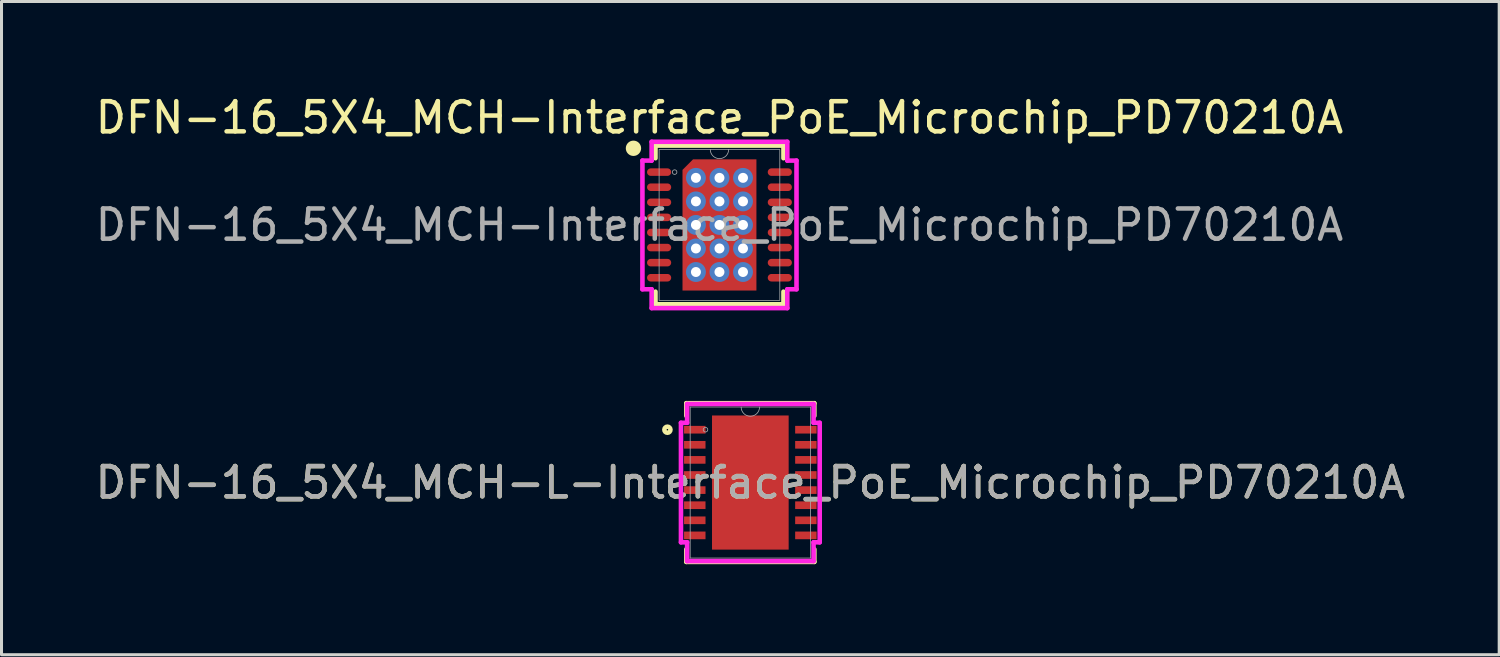
<source format=kicad_pcb>
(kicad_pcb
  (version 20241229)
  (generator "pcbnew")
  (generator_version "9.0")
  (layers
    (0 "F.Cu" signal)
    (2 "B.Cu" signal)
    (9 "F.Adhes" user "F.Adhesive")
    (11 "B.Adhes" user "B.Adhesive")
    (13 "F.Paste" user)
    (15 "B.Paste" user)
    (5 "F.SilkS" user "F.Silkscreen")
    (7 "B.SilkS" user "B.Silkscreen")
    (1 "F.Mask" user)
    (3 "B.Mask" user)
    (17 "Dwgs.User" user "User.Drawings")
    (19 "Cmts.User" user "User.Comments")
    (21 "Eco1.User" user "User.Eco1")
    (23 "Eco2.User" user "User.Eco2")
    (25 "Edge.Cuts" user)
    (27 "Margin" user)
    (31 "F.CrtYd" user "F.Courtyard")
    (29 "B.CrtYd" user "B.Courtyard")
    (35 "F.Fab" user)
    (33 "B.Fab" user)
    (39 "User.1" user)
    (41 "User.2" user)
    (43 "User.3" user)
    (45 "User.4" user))
  (footprint "DFN-16_5X4_MCH-Interface_PoE_Microchip_PD70210A"
    (layer "F.Cu")
    (at 20.792 4.404)
    (property "Reference" "DFN-16_5X4_MCH-Interface_PoE_Microchip_PD70210A" (at 0 -3.556 0) (unlocked yes) (layer "F.SilkS") (effects (font (size 1 1) (thickness 0.15))))
    (attr smd)
    (fp_line (start -2.121 -2.629) (end -2.121 -2.211) (stroke (width 0.152) (type solid)) (layer "F.SilkS"))
    (fp_line (start -2.121 2.211) (end -2.121 2.629) (stroke (width 0.152) (type solid)) (layer "F.SilkS"))
    (fp_line (start -2.121 2.629) (end 2.121 2.629) (stroke (width 0.152) (type solid)) (layer "F.SilkS"))
    (fp_line (start 2.121 -2.629) (end -2.121 -2.629) (stroke (width 0.152) (type solid)) (layer "F.SilkS"))
    (fp_line (start 2.121 -2.211) (end 2.121 -2.629) (stroke (width 0.152) (type solid)) (layer "F.SilkS"))
    (fp_line (start 2.121 2.629) (end 2.121 2.211) (stroke (width 0.152) (type solid)) (layer "F.SilkS"))
    (fp_circle (center -2.85 -2.54) (end -2.596 -2.54) (stroke (width 0) (type solid)) (fill yes) (layer "F.SilkS"))
    (fp_line (start -2.553 -2.132) (end -2.248 -2.132) (stroke (width 0.152) (type solid)) (layer "F.CrtYd"))
    (fp_line (start -2.553 2.132) (end -2.553 -2.132) (stroke (width 0.152) (type solid)) (layer "F.CrtYd"))
    (fp_line (start -2.553 2.132) (end -2.248 2.132) (stroke (width 0.152) (type solid)) (layer "F.CrtYd"))
    (fp_line (start -2.248 -2.756) (end 2.248 -2.756) (stroke (width 0.152) (type solid)) (layer "F.CrtYd"))
    (fp_line (start -2.248 -2.132) (end -2.248 -2.756) (stroke (width 0.152) (type solid)) (layer "F.CrtYd"))
    (fp_line (start -2.248 2.756) (end -2.248 2.132) (stroke (width 0.152) (type solid)) (layer "F.CrtYd"))
    (fp_line (start 2.248 -2.756) (end 2.248 -2.132) (stroke (width 0.152) (type solid)) (layer "F.CrtYd"))
    (fp_line (start 2.248 2.132) (end 2.248 2.756) (stroke (width 0.152) (type solid)) (layer "F.CrtYd"))
    (fp_line (start 2.248 2.756) (end -2.248 2.756) (stroke (width 0.152) (type solid)) (layer "F.CrtYd"))
    (fp_line (start 2.553 -2.132) (end 2.248 -2.132) (stroke (width 0.152) (type solid)) (layer "F.CrtYd"))
    (fp_line (start 2.553 -2.132) (end 2.553 2.132) (stroke (width 0.152) (type solid)) (layer "F.CrtYd"))
    (fp_line (start 2.553 2.132) (end 2.248 2.132) (stroke (width 0.152) (type solid)) (layer "F.CrtYd"))
    (fp_rect (start -2 -2.5) (end 2 2.5) (stroke (width 0.025) (type solid)) (fill no) (layer "F.Fab"))
    (fp_arc (start 0.3048 -2.5019) (mid 0 -2.1971) (end -0.3048 -2.5019) (stroke (width 0.0254) (type solid)) (layer "F.Fab"))
    (fp_circle (center -1.486 -1.751) (end -1.41 -1.751) (stroke (width 0.025) (type solid)) (fill no) (layer "F.Fab"))
    (fp_text user "${REFERENCE}" (at 0 0 0) (unlocked yes) (layer "F.Fab") (effects (font (size 1 1) (thickness 0.15))))
    (pad "" smd oval (at -2 -1.75) (size 0.85 0.3) (layers "F.Mask"))
    (pad "" smd oval (at -2 -1.25) (size 0.85 0.3) (layers "F.Mask"))
    (pad "" smd oval (at -2 -0.75) (size 0.85 0.3) (layers "F.Mask"))
    (pad "" smd oval (at -2 -0.25) (size 0.85 0.3) (layers "F.Mask"))
    (pad "" smd oval (at -2 0.25) (size 0.85 0.3) (layers "F.Mask"))
    (pad "" smd oval (at -2 0.75) (size 0.85 0.3) (layers "F.Mask"))
    (pad "" smd oval (at -2 1.25) (size 0.85 0.3) (layers "F.Mask"))
    (pad "" smd oval (at -2 1.75) (size 0.85 0.3) (layers "F.Mask"))
    (pad "" smd oval (at -1.863 -1.75) (size 0.485 0.255) (layers "F.Paste"))
    (pad "" smd oval (at -1.863 -1.25) (size 0.485 0.255) (layers "F.Paste"))
    (pad "" smd oval (at -1.863 -0.75) (size 0.485 0.255) (layers "F.Paste"))
    (pad "" smd oval (at -1.863 -0.25) (size 0.485 0.255) (layers "F.Paste"))
    (pad "" smd oval (at -1.863 0.25) (size 0.485 0.255) (layers "F.Paste"))
    (pad "" smd oval (at -1.863 0.75) (size 0.485 0.255) (layers "F.Paste"))
    (pad "" smd oval (at -1.863 1.25) (size 0.485 0.255) (layers "F.Paste"))
    (pad "" smd oval (at -1.863 1.75) (size 0.485 0.255) (layers "F.Paste"))
    (pad "" smd roundrect (at -0.682 -1.157) (size 0.907 1.858) (layers "F.Paste") (roundrect_rratio 0.055) (chamfer_ratio 0.419) (chamfer top_left))
    (pad "" smd roundrect (at -0.682 1.157) (size 0.907 1.858) (layers "F.Paste") (roundrect_rratio 0.055))
    (pad "" smd roundrect (at 0 0) (size 2.592 4.492) (layers "F.Mask") (roundrect_rratio 0) (chamfer_ratio 0.151) (chamfer top_left))
    (pad "" smd roundrect (at 0.682 -1.157) (size 0.907 1.858) (layers "F.Paste") (roundrect_rratio 0.055))
    (pad "" smd roundrect (at 0.682 1.157) (size 0.907 1.858) (layers "F.Paste") (roundrect_rratio 0.055))
    (pad "" smd oval (at 1.863 -1.75) (size 0.485 0.255) (layers "F.Paste"))
    (pad "" smd oval (at 1.863 -1.25) (size 0.485 0.255) (layers "F.Paste"))
    (pad "" smd oval (at 1.863 -0.75) (size 0.485 0.255) (layers "F.Paste"))
    (pad "" smd oval (at 1.863 -0.25) (size 0.485 0.255) (layers "F.Paste"))
    (pad "" smd oval (at 1.863 0.25) (size 0.485 0.255) (layers "F.Paste"))
    (pad "" smd oval (at 1.863 0.75) (size 0.485 0.255) (layers "F.Paste"))
    (pad "" smd oval (at 1.863 1.25) (size 0.485 0.255) (layers "F.Paste"))
    (pad "" smd oval (at 1.863 1.75) (size 0.485 0.255) (layers "F.Paste"))
    (pad "" smd oval (at 2 -1.75) (size 0.85 0.3) (layers "F.Mask"))
    (pad "" smd oval (at 2 -1.25) (size 0.85 0.3) (layers "F.Mask"))
    (pad "" smd oval (at 2 -0.75) (size 0.85 0.3) (layers "F.Mask"))
    (pad "" smd oval (at 2 -0.25) (size 0.85 0.3) (layers "F.Mask"))
    (pad "" smd oval (at 2 0.25) (size 0.85 0.3) (layers "F.Mask"))
    (pad "" smd oval (at 2 0.75) (size 0.85 0.3) (layers "F.Mask"))
    (pad "" smd oval (at 2 1.25) (size 0.85 0.3) (layers "F.Mask"))
    (pad "" smd oval (at 2 1.75) (size 0.85 0.3) (layers "F.Mask"))
    (pad "1" smd oval (at -2 -1.75) (size 0.8 0.25) (layers "F.Cu"))
    (pad "2" smd oval (at -2 -1.25) (size 0.8 0.25) (layers "F.Cu"))
    (pad "3" smd oval (at -2 -0.75) (size 0.8 0.25) (layers "F.Cu"))
    (pad "4" smd oval (at -2 -0.25) (size 0.8 0.25) (layers "F.Cu"))
    (pad "5" smd oval (at -2 0.25) (size 0.8 0.25) (layers "F.Cu"))
    (pad "6" smd oval (at -2 0.75) (size 0.8 0.25) (layers "F.Cu"))
    (pad "7" smd oval (at -2 1.25) (size 0.8 0.25) (layers "F.Cu"))
    (pad "8" smd oval (at -2 1.75) (size 0.8 0.25) (layers "F.Cu"))
    (pad "9" smd oval (at 2 1.75) (size 0.8 0.25) (layers "F.Cu"))
    (pad "10" smd oval (at 2 1.25) (size 0.8 0.25) (layers "F.Cu"))
    (pad "11" smd oval (at 2 0.75) (size 0.8 0.25) (layers "F.Cu"))
    (pad "12" smd oval (at 2 0.25) (size 0.8 0.25) (layers "F.Cu"))
    (pad "13" smd oval (at 2 -0.25) (size 0.8 0.25) (layers "F.Cu"))
    (pad "14" smd oval (at 2 -0.75) (size 0.8 0.25) (layers "F.Cu"))
    (pad "15" smd oval (at 2 -1.25) (size 0.8 0.25) (layers "F.Cu"))
    (pad "16" smd oval (at 2 -1.75) (size 0.8 0.25) (layers "F.Cu"))
    (pad "17" thru_hole circle (at -0.78 -1.56) (size 0.66 0.66) (drill 0.33) (layers "*.Cu"))
    (pad "17" thru_hole circle (at -0.78 -0.78) (size 0.66 0.66) (drill 0.33) (layers "*.Cu"))
    (pad "17" thru_hole circle (at -0.78 0) (size 0.66 0.66) (drill 0.33) (layers "*.Cu"))
    (pad "17" thru_hole circle (at -0.78 0.78) (size 0.66 0.66) (drill 0.33) (layers "*.Cu"))
    (pad "17" thru_hole circle (at -0.78 1.56) (size 0.66 0.66) (drill 0.33) (layers "*.Cu"))
    (pad "17" thru_hole circle (at 0 -1.56) (size 0.66 0.66) (drill 0.33) (layers "*.Cu"))
    (pad "17" thru_hole circle (at 0 -0.78) (size 0.66 0.66) (drill 0.33) (layers "*.Cu"))
    (pad "17" thru_hole circle (at 0 0) (size 0.66 0.66) (drill 0.33) (layers "*.Cu"))
    (pad "17" smd roundrect (at 0 0) (size 2.45 4.35) (layers "F.Cu") (roundrect_rratio 0) (chamfer_ratio 0.143) (chamfer top_left))
    (pad "17" thru_hole circle (at 0 0.78) (size 0.66 0.66) (drill 0.33) (layers "*.Cu"))
    (pad "17" thru_hole circle (at 0 1.56) (size 0.66 0.66) (drill 0.33) (layers "*.Cu"))
    (pad "17" thru_hole circle (at 0.78 -1.56) (size 0.66 0.66) (drill 0.33) (layers "*.Cu"))
    (pad "17" thru_hole circle (at 0.78 -0.78) (size 0.66 0.66) (drill 0.33) (layers "*.Cu"))
    (pad "17" thru_hole circle (at 0.78 0) (size 0.66 0.66) (drill 0.33) (layers "*.Cu"))
    (pad "17" thru_hole circle (at 0.78 0.78) (size 0.66 0.66) (drill 0.33) (layers "*.Cu"))
    (pad "17" thru_hole circle (at 0.78 1.56) (size 0.66 0.66) (drill 0.33) (layers "*.Cu")))
  (footprint "DFN-16_5X4_MCH-L-Interface_PoE_Microchip_PD70210A"
    (layer "F.Cu")
    (at 21.815 12.941)
    (property "Reference" "DFN-16_5X4_MCH-L-Interface_PoE_Microchip_PD70210A" (at 0 0 0) (unlocked yes) (layer "F.SilkS") (effects (font (size 1 1) (thickness 0.15))))
    (attr smd)
    (fp_line (start -2.121 -2.629) (end -2.121 -2.211) (stroke (width 0.152) (type solid)) (layer "F.SilkS"))
    (fp_line (start -2.121 2.211) (end -2.121 2.629) (stroke (width 0.152) (type solid)) (layer "F.SilkS"))
    (fp_line (start -2.121 2.629) (end 2.121 2.629) (stroke (width 0.152) (type solid)) (layer "F.SilkS"))
    (fp_line (start 2.121 -2.629) (end -2.121 -2.629) (stroke (width 0.152) (type solid)) (layer "F.SilkS"))
    (fp_line (start 2.121 -2.211) (end 2.121 -2.629) (stroke (width 0.152) (type solid)) (layer "F.SilkS"))
    (fp_line (start 2.121 2.629) (end 2.121 2.211) (stroke (width 0.152) (type solid)) (layer "F.SilkS"))
    (fp_circle (center -2.748 -1.751) (end -2.647 -1.751) (stroke (width 0.152) (type solid)) (fill no) (layer "F.SilkS"))
    (fp_poly (pts (xy -1.17 -2.123) (xy -1.17 -0.841) (xy -0.1 -0.841) (xy -0.1 -2.123)) (stroke (width 0) (type solid)) (fill yes) (layer "F.Paste"))
    (fp_poly (pts (xy -1.17 -0.641) (xy -1.17 0.641) (xy -0.1 0.641) (xy -0.1 -0.641)) (stroke (width 0) (type solid)) (fill yes) (layer "F.Paste"))
    (fp_poly (pts (xy -1.17 0.841) (xy -1.17 2.123) (xy -0.1 2.123) (xy -0.1 0.841)) (stroke (width 0) (type solid)) (fill yes) (layer "F.Paste"))
    (fp_poly (pts (xy 0.1 -2.123) (xy 0.1 -0.841) (xy 1.17 -0.841) (xy 1.17 -2.123)) (stroke (width 0) (type solid)) (fill yes) (layer "F.Paste"))
    (fp_poly (pts (xy 0.1 -0.641) (xy 0.1 0.641) (xy 1.17 0.641) (xy 1.17 -0.641)) (stroke (width 0) (type solid)) (fill yes) (layer "F.Paste"))
    (fp_poly (pts (xy 0.1 0.841) (xy 0.1 2.123) (xy 1.17 2.123) (xy 1.17 0.841)) (stroke (width 0) (type solid)) (fill yes) (layer "F.Paste"))
    (fp_line (start -2.299 -1.98) (end -2.095 -1.98) (stroke (width 0.152) (type solid)) (layer "F.CrtYd"))
    (fp_line (start -2.299 1.98) (end -2.299 -1.98) (stroke (width 0.152) (type solid)) (layer "F.CrtYd"))
    (fp_line (start -2.299 1.98) (end -2.095 1.98) (stroke (width 0.152) (type solid)) (layer "F.CrtYd"))
    (fp_line (start -2.095 -2.603) (end 2.095 -2.603) (stroke (width 0.152) (type solid)) (layer "F.CrtYd"))
    (fp_line (start -2.095 -1.98) (end -2.095 -2.603) (stroke (width 0.152) (type solid)) (layer "F.CrtYd"))
    (fp_line (start -2.095 2.603) (end -2.095 1.98) (stroke (width 0.152) (type solid)) (layer "F.CrtYd"))
    (fp_line (start 2.095 -2.603) (end 2.095 -1.98) (stroke (width 0.152) (type solid)) (layer "F.CrtYd"))
    (fp_line (start 2.095 1.98) (end 2.095 2.603) (stroke (width 0.152) (type solid)) (layer "F.CrtYd"))
    (fp_line (start 2.095 2.603) (end -2.095 2.603) (stroke (width 0.152) (type solid)) (layer "F.CrtYd"))
    (fp_line (start 2.299 -1.98) (end 2.095 -1.98) (stroke (width 0.152) (type solid)) (layer "F.CrtYd"))
    (fp_line (start 2.299 -1.98) (end 2.299 1.98) (stroke (width 0.152) (type solid)) (layer "F.CrtYd"))
    (fp_line (start 2.299 1.98) (end 2.095 1.98) (stroke (width 0.152) (type solid)) (layer "F.CrtYd"))
    (fp_line (start -1.994 -2.502) (end -1.994 2.502) (stroke (width 0.025) (type solid)) (layer "F.Fab"))
    (fp_line (start -1.994 2.502) (end 1.994 2.502) (stroke (width 0.025) (type solid)) (layer "F.Fab"))
    (fp_line (start 1.994 -2.502) (end -1.994 -2.502) (stroke (width 0.025) (type solid)) (layer "F.Fab"))
    (fp_line (start 1.994 2.502) (end 1.994 -2.502) (stroke (width 0.025) (type solid)) (layer "F.Fab"))
    (fp_arc (start 0.3048 -2.5019) (mid 0 -2.1971) (end -0.3048 -2.5019) (stroke (width 0.0254) (type solid)) (layer "F.Fab"))
    (fp_circle (center -1.486 -1.751) (end -1.41 -1.751) (stroke (width 0.025) (type solid)) (fill no) (layer "F.Fab"))
    (fp_text user "${REFERENCE}" (at 0 0 0) (unlocked yes) (layer "F.Fab") (effects (font (size 1 1) (thickness 0.15))))
    (pad "1" smd rect (at -1.841 -1.751) (size 0.711 0.254) (layers "F.Cu" "F.Mask" "F.Paste"))
    (pad "2" smd rect (at -1.841 -1.251) (size 0.711 0.254) (layers "F.Cu" "F.Mask" "F.Paste"))
    (pad "3" smd rect (at -1.841 -0.751) (size 0.711 0.254) (layers "F.Cu" "F.Mask" "F.Paste"))
    (pad "4" smd rect (at -1.841 -0.25) (size 0.711 0.254) (layers "F.Cu" "F.Mask" "F.Paste"))
    (pad "5" smd rect (at -1.841 0.25) (size 0.711 0.254) (layers "F.Cu" "F.Mask" "F.Paste"))
    (pad "6" smd rect (at -1.841 0.751) (size 0.711 0.254) (layers "F.Cu" "F.Mask" "F.Paste"))
    (pad "7" smd rect (at -1.841 1.251) (size 0.711 0.254) (layers "F.Cu" "F.Mask" "F.Paste"))
    (pad "8" smd rect (at -1.841 1.751) (size 0.711 0.254) (layers "F.Cu" "F.Mask" "F.Paste"))
    (pad "9" smd rect (at 1.841 1.751) (size 0.711 0.254) (layers "F.Cu" "F.Mask" "F.Paste"))
    (pad "10" smd rect (at 1.841 1.251) (size 0.711 0.254) (layers "F.Cu" "F.Mask" "F.Paste"))
    (pad "11" smd rect (at 1.841 0.751) (size 0.711 0.254) (layers "F.Cu" "F.Mask" "F.Paste"))
    (pad "12" smd rect (at 1.841 0.25) (size 0.711 0.254) (layers "F.Cu" "F.Mask" "F.Paste"))
    (pad "13" smd rect (at 1.841 -0.25) (size 0.711 0.254) (layers "F.Cu" "F.Mask" "F.Paste"))
    (pad "14" smd rect (at 1.841 -0.751) (size 0.711 0.254) (layers "F.Cu" "F.Mask" "F.Paste"))
    (pad "15" smd rect (at 1.841 -1.251) (size 0.711 0.254) (layers "F.Cu" "F.Mask" "F.Paste"))
    (pad "16" smd rect (at 1.841 -1.751) (size 0.711 0.254) (layers "F.Cu" "F.Mask" "F.Paste"))
    (pad "17" smd rect (at 0 0) (size 2.54 4.445) (layers "F.Cu" "F.Mask" "F.Paste")))
  (gr_rect
    (start -3 -3)
    (end 46.631 18.647)
    (stroke (width 0.1) (type default))
    (fill no)
    (layer "Edge.Cuts")))
</source>
